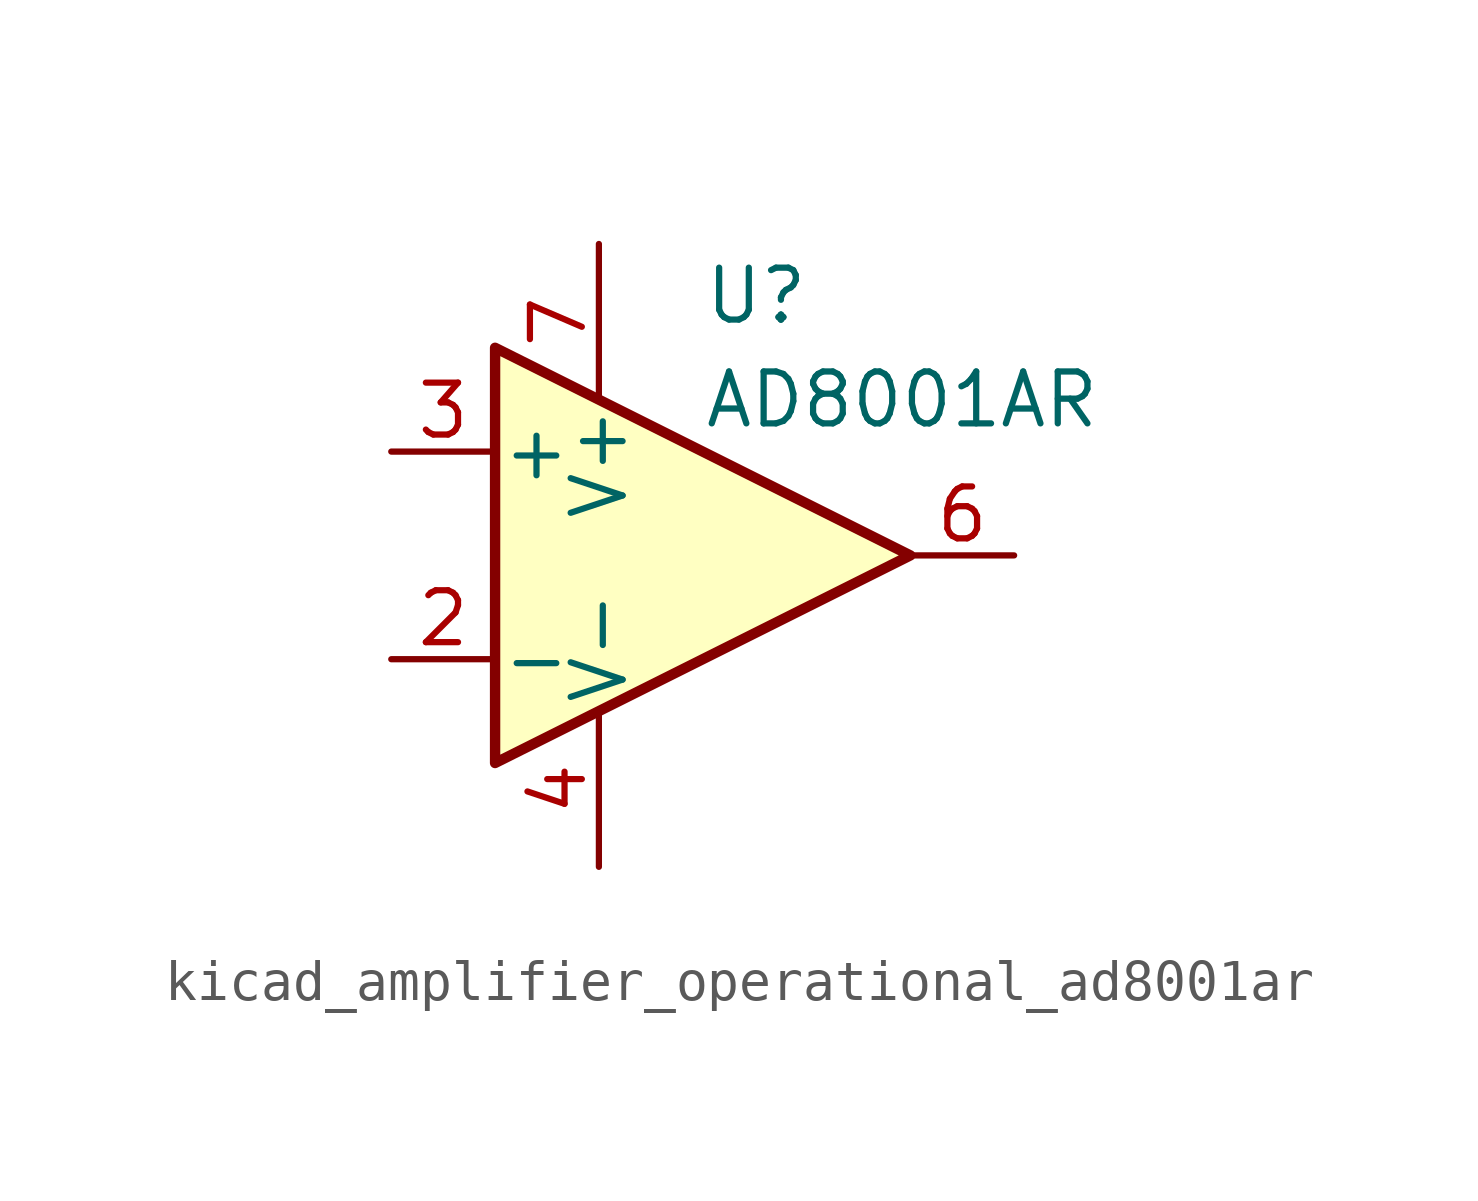
<source format=kicad_sym>
(kicad_symbol_lib
  (version 20220914)
  (generator kicad_symbol_editor)
  (symbol "kicad_amplifier_operational_ad8001ar"
    (pin_names
      (offset 0.127))
    (property "Reference" "U"
      (at 0 6.35 0)
      (effects (font (size 1.27 1.27)) (justify left)))
    (property "Value" "AD8001AR"
      (at 0 3.81 0)
      (effects (font (size 1.27 1.27)) (justify left)))
    (symbol "kicad_amplifier_operational_ad8001ar_0_1"
      (polyline (pts (xy -5.08 5.08) (xy 5.08 0) (xy -5.08 -5.08) (xy -5.08 5.08)) (stroke (width 0.254) (type default)) (fill (type background))))
    (symbol "kicad_amplifier_operational_ad8001ar_1_1"
      (pin no_connect line (at -2.54 2.54 270) (length 2.54) hide (name "NC" (effects (font (size 1.27 1.27)))) (number "1" (effects (font (size 1.27 1.27)))))
      (pin input line (at -7.62 -2.54 0) (length 2.54) (name "-" (effects (font (size 1.27 1.27)))) (number "2" (effects (font (size 1.27 1.27)))))
      (pin input line (at -7.62 2.54 0) (length 2.54) (name "+" (effects (font (size 1.27 1.27)))) (number "3" (effects (font (size 1.27 1.27)))))
      (pin power_in line (at -2.54 -7.62 90) (length 3.81) (name "V-" (effects (font (size 1.27 1.27)))) (number "4" (effects (font (size 1.27 1.27)))))
      (pin no_connect line (at 0 2.54 270) (length 2.54) hide (name "NC" (effects (font (size 1.27 1.27)))) (number "5" (effects (font (size 1.27 1.27)))))
      (pin output line (at 7.62 0 180) (length 2.54) (name "~" (effects (font (size 1.27 1.27)))) (number "6" (effects (font (size 1.27 1.27)))))
      (pin power_in line (at -2.54 7.62 270) (length 3.81) (name "V+" (effects (font (size 1.27 1.27)))) (number "7" (effects (font (size 1.27 1.27)))))
      (pin no_connect line (at 0 -2.54 90) (length 2.54) hide (name "NC" (effects (font (size 1.27 1.27)))) (number "8" (effects (font (size 1.27 1.27))))))))
</source>
